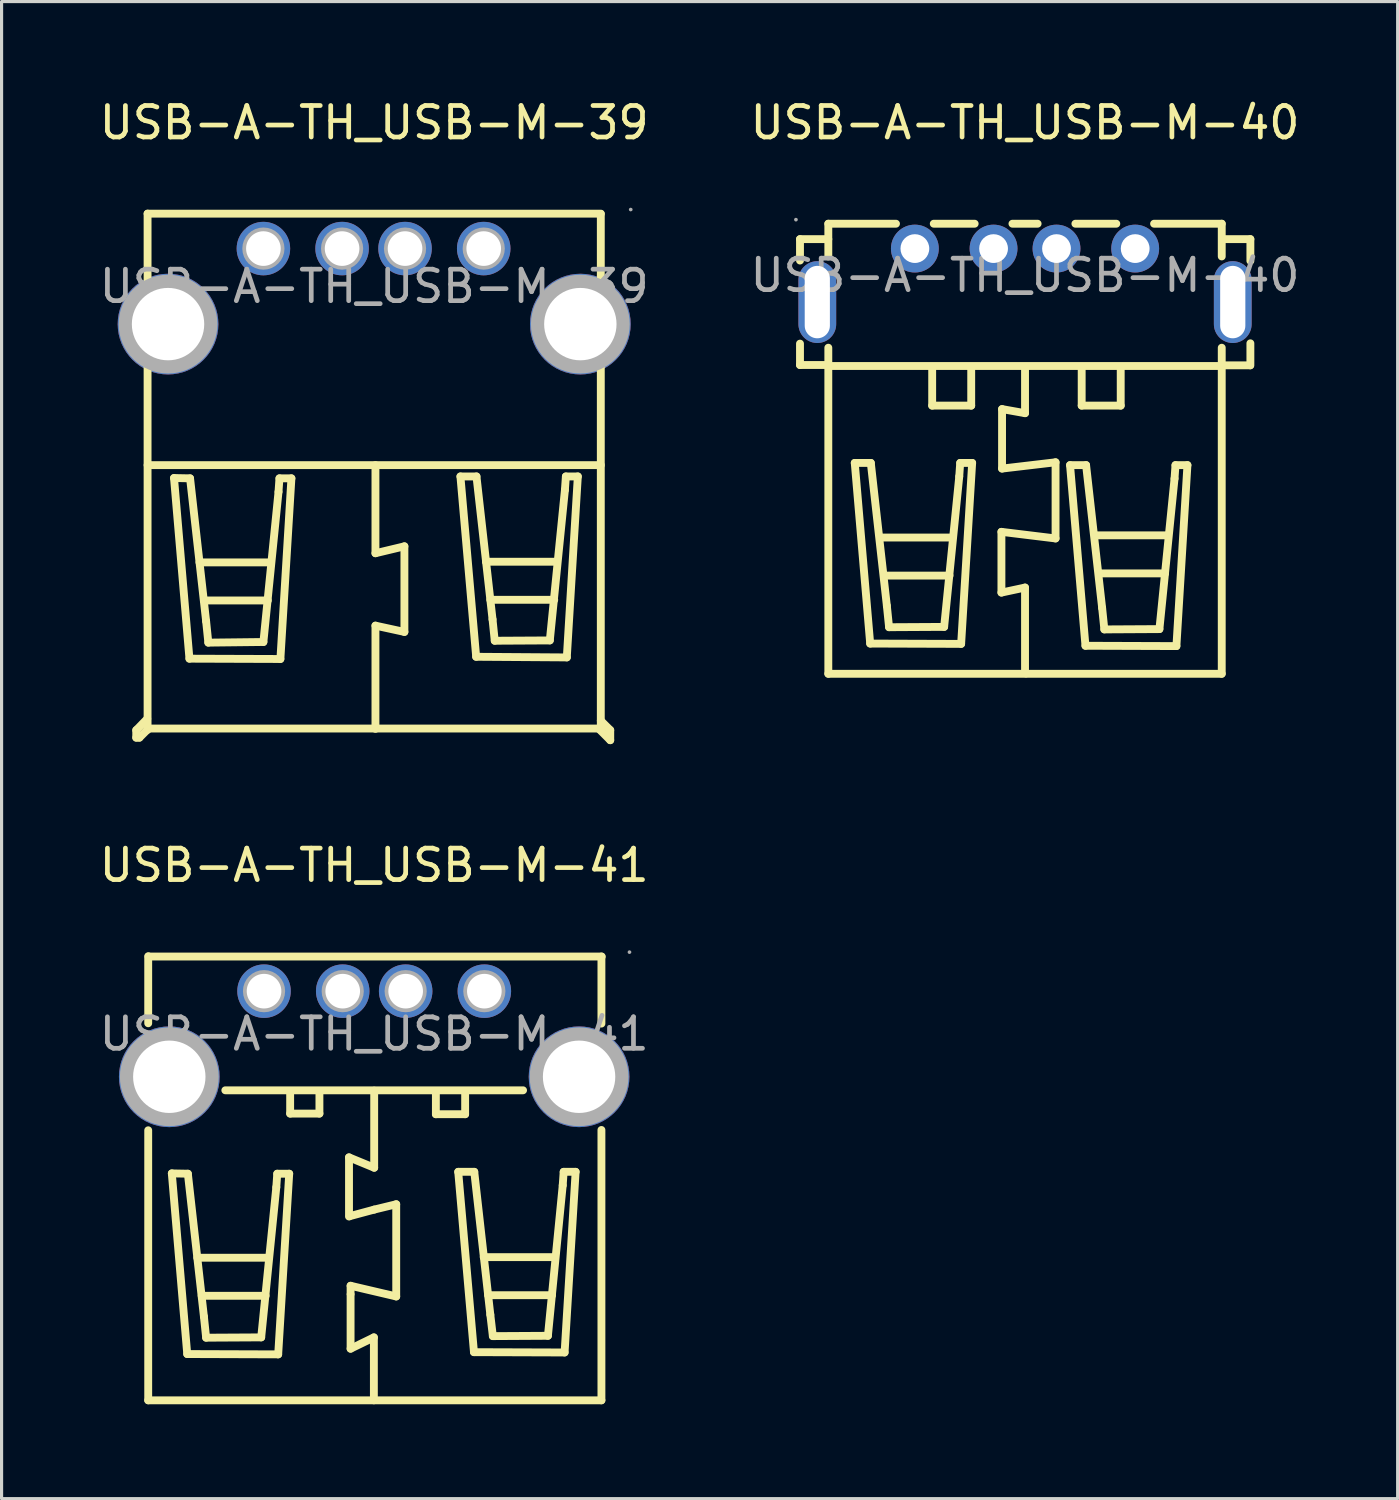
<source format=kicad_pcb>
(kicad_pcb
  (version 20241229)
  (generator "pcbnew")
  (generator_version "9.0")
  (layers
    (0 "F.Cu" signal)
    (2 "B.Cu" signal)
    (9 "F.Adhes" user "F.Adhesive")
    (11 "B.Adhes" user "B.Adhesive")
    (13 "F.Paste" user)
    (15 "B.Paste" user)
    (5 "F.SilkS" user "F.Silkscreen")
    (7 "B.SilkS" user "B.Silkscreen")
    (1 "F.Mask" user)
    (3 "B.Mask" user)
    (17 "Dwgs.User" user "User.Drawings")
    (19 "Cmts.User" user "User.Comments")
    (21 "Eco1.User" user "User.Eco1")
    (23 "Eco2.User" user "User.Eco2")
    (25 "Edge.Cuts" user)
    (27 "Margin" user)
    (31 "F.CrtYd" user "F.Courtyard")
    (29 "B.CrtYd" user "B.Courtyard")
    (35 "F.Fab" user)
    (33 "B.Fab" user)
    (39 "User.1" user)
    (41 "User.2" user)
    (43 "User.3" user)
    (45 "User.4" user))
  (footprint "USB-A-TH_USB-M-39"
    (layer "F.Cu")
    (at 8.839 6.048)
    (property "Reference" "USB-A-TH_USB-M-39" (at 0 -5.2 0) (layer "F.SilkS") (effects (font (size 1 1) (thickness 0.15))))
    (attr through_hole)
    (fp_line (start -7.56 14.1) (end -7.56 14.34) (stroke (width 0.25) (type solid)) (layer "F.SilkS"))
    (fp_line (start -7.56 14.34) (end -7.46 14.34) (stroke (width 0.25) (type solid)) (layer "F.SilkS"))
    (fp_line (start -7.46 14.34) (end -7.17 14.05) (stroke (width 0.25) (type solid)) (layer "F.SilkS"))
    (fp_line (start -7.21 13.74) (end -7.56 14.1) (stroke (width 0.25) (type solid)) (layer "F.SilkS"))
    (fp_line (start -7.2 -2.31) (end -7.2 14.09) (stroke (width 0.25) (type solid)) (layer "F.SilkS"))
    (fp_line (start -7.2 -2.31) (end 7.2 -2.31) (stroke (width 0.25) (type solid)) (layer "F.SilkS"))
    (fp_line (start -7.2 5.68) (end 7.2 5.68) (stroke (width 0.25) (type solid)) (layer "F.SilkS"))
    (fp_line (start -7.17 14.05) (end 7.13 14.05) (stroke (width 0.25) (type solid)) (layer "F.SilkS"))
    (fp_line (start -6.36 6.09) (end -5.85 6.1) (stroke (width 0.25) (type solid)) (layer "F.SilkS"))
    (fp_line (start -5.87 11.83) (end -6.36 6.09) (stroke (width 0.25) (type solid)) (layer "F.SilkS"))
    (fp_line (start -5.85 6.1) (end -5.34 10.64) (stroke (width 0.25) (type solid)) (layer "F.SilkS"))
    (fp_line (start -5.55 8.77) (end -3.29 8.77) (stroke (width 0.25) (type solid)) (layer "F.SilkS"))
    (fp_line (start -5.41 9.98) (end -3.38 9.98) (stroke (width 0.25) (type solid)) (layer "F.SilkS"))
    (fp_line (start -5.34 10.64) (end -5.27 11.32) (stroke (width 0.25) (type solid)) (layer "F.SilkS"))
    (fp_line (start -5.27 11.32) (end -3.52 11.3) (stroke (width 0.25) (type solid)) (layer "F.SilkS"))
    (fp_line (start -3.52 11.3) (end -3.04 6.53) (stroke (width 0.25) (type solid)) (layer "F.SilkS"))
    (fp_line (start -3.04 6.53) (end -3.01 6.1) (stroke (width 0.25) (type solid)) (layer "F.SilkS"))
    (fp_line (start -3.01 6.1) (end -2.63 6.1) (stroke (width 0.25) (type solid)) (layer "F.SilkS"))
    (fp_line (start -2.98 11.84) (end -5.87 11.83) (stroke (width 0.25) (type solid)) (layer "F.SilkS"))
    (fp_line (start -2.63 6.1) (end -2.98 11.84) (stroke (width 0.25) (type solid)) (layer "F.SilkS"))
    (fp_line (start 0.04 5.68) (end 0.04 8.48) (stroke (width 0.25) (type solid)) (layer "F.SilkS"))
    (fp_line (start 0.04 8.48) (end 0.96 8.26) (stroke (width 0.25) (type solid)) (layer "F.SilkS"))
    (fp_line (start 0.04 10.78) (end 0.04 14.06) (stroke (width 0.25) (type solid)) (layer "F.SilkS"))
    (fp_line (start 0.96 8.26) (end 0.96 10.98) (stroke (width 0.25) (type solid)) (layer "F.SilkS"))
    (fp_line (start 0.96 10.98) (end 0.04 10.78) (stroke (width 0.25) (type solid)) (layer "F.SilkS"))
    (fp_line (start 2.74 6.04) (end 3.25 6.04) (stroke (width 0.25) (type solid)) (layer "F.SilkS"))
    (fp_line (start 3.24 11.77) (end 2.74 6.04) (stroke (width 0.25) (type solid)) (layer "F.SilkS"))
    (fp_line (start 3.25 6.04) (end 3.76 10.58) (stroke (width 0.25) (type solid)) (layer "F.SilkS"))
    (fp_line (start 3.55 8.75) (end 5.81 8.75) (stroke (width 0.25) (type solid)) (layer "F.SilkS"))
    (fp_line (start 3.69 9.96) (end 5.72 9.96) (stroke (width 0.25) (type solid)) (layer "F.SilkS"))
    (fp_line (start 3.76 10.58) (end 3.83 11.26) (stroke (width 0.25) (type solid)) (layer "F.SilkS"))
    (fp_line (start 3.83 11.26) (end 5.58 11.25) (stroke (width 0.25) (type solid)) (layer "F.SilkS"))
    (fp_line (start 5.58 11.25) (end 6.06 6.47) (stroke (width 0.25) (type solid)) (layer "F.SilkS"))
    (fp_line (start 6.06 6.47) (end 6.09 6.04) (stroke (width 0.25) (type solid)) (layer "F.SilkS"))
    (fp_line (start 6.09 6.04) (end 6.47 6.04) (stroke (width 0.25) (type solid)) (layer "F.SilkS"))
    (fp_line (start 6.12 11.79) (end 3.24 11.77) (stroke (width 0.25) (type solid)) (layer "F.SilkS"))
    (fp_line (start 6.47 6.04) (end 6.12 11.79) (stroke (width 0.25) (type solid)) (layer "F.SilkS"))
    (fp_line (start 7.13 14.05) (end 7.5 14.42) (stroke (width 0.25) (type solid)) (layer "F.SilkS"))
    (fp_line (start 7.2 -2.3) (end 7.2 14.1) (stroke (width 0.25) (type solid)) (layer "F.SilkS"))
    (fp_line (start 7.5 14.1) (end 7.2 13.8) (stroke (width 0.25) (type solid)) (layer "F.SilkS"))
    (fp_line (start 7.5 14.42) (end 7.5 14.1) (stroke (width 0.25) (type solid)) (layer "F.SilkS"))
    (fp_circle (center -6.55 1.2) (end -6.03 1.2) (stroke (width 1.05) (type solid)) (fill no) (layer "F.Fab"))
    (fp_circle (center -3.52 -1.2) (end -3.3 -1.2) (stroke (width 0.45) (type solid)) (fill no) (layer "F.Fab"))
    (fp_circle (center -1.02 -1.2) (end -0.8 -1.2) (stroke (width 0.45) (type solid)) (fill no) (layer "F.Fab"))
    (fp_circle (center 0.98 -1.2) (end 1.2 -1.2) (stroke (width 0.45) (type solid)) (fill no) (layer "F.Fab"))
    (fp_circle (center 3.48 -1.2) (end 3.7 -1.2) (stroke (width 0.45) (type solid)) (fill no) (layer "F.Fab"))
    (fp_circle (center 6.55 1.2) (end 7.07 1.2) (stroke (width 1.05) (type solid)) (fill no) (layer "F.Fab"))
    (fp_circle (center 8.15 -2.44) (end 8.18 -2.44) (stroke (width 0.06) (type solid)) (fill no) (layer "F.Fab"))
    (fp_text user "${REFERENCE}" (at 0 0 0) (layer "F.Fab") (effects (font (size 1 1) (thickness 0.15))))
    (pad "0" thru_hole circle (at -6.55 1.2 90) (size 3.2 3.2) (drill 2.3) (layers "*.Cu" "*.Paste" "*.Mask"))
    (pad "0" thru_hole circle (at 6.55 1.2 90) (size 3.2 3.2) (drill 2.3) (layers "*.Cu" "*.Paste" "*.Mask"))
    (pad "1" thru_hole circle (at 3.48 -1.2 270) (size 1.7 1.7) (drill 1.1) (layers "*.Cu" "*.Paste" "*.Mask"))
    (pad "2" thru_hole circle (at 0.98 -1.2 270) (size 1.7 1.7) (drill 1.1) (layers "*.Cu" "*.Paste" "*.Mask"))
    (pad "3" thru_hole circle (at -1.02 -1.2 270) (size 1.7 1.7) (drill 1.1) (layers "*.Cu" "*.Paste" "*.Mask"))
    (pad "4" thru_hole circle (at -3.52 -1.2 270) (size 1.7 1.7) (drill 1.1) (layers "*.Cu" "*.Paste" "*.Mask")))
  (footprint "USB-A-TH_USB-M-41"
    (layer "F.Cu")
    (at 8.839 29.802)
    (property "Reference" "USB-A-TH_USB-M-41" (at 0 -5.36 0) (layer "F.SilkS") (effects (font (size 1 1) (thickness 0.15))))
    (attr through_hole)
    (fp_line (start -7.18 -2.47) (end -7.18 -0.34) (stroke (width 0.25) (type solid)) (layer "F.SilkS"))
    (fp_line (start -7.18 3.06) (end -7.18 11.64) (stroke (width 0.25) (type solid)) (layer "F.SilkS"))
    (fp_line (start -7.18 11.64) (end 7.22 11.64) (stroke (width 0.25) (type solid)) (layer "F.SilkS"))
    (fp_line (start -7.17 -2.46) (end 7.23 -2.46) (stroke (width 0.25) (type solid)) (layer "F.SilkS"))
    (fp_line (start -6.43 4.43) (end -5.92 4.44) (stroke (width 0.25) (type solid)) (layer "F.SilkS"))
    (fp_line (start -5.94 10.17) (end -6.43 4.43) (stroke (width 0.25) (type solid)) (layer "F.SilkS"))
    (fp_line (start -5.92 4.44) (end -5.41 8.98) (stroke (width 0.25) (type solid)) (layer "F.SilkS"))
    (fp_line (start -5.62 7.11) (end -3.36 7.11) (stroke (width 0.25) (type solid)) (layer "F.SilkS"))
    (fp_line (start -5.48 8.32) (end -3.45 8.32) (stroke (width 0.25) (type solid)) (layer "F.SilkS"))
    (fp_line (start -5.41 8.98) (end -5.34 9.65) (stroke (width 0.25) (type solid)) (layer "F.SilkS"))
    (fp_line (start -5.34 9.65) (end -3.59 9.64) (stroke (width 0.25) (type solid)) (layer "F.SilkS"))
    (fp_line (start -4.73 1.79) (end 4.73 1.79) (stroke (width 0.25) (type solid)) (layer "F.SilkS"))
    (fp_line (start -3.59 9.64) (end -3.11 4.87) (stroke (width 0.25) (type solid)) (layer "F.SilkS"))
    (fp_line (start -3.11 4.87) (end -3.08 4.44) (stroke (width 0.25) (type solid)) (layer "F.SilkS"))
    (fp_line (start -3.08 4.44) (end -2.7 4.44) (stroke (width 0.25) (type solid)) (layer "F.SilkS"))
    (fp_line (start -3.05 10.18) (end -5.94 10.17) (stroke (width 0.25) (type solid)) (layer "F.SilkS"))
    (fp_line (start -2.7 4.44) (end -3.05 10.18) (stroke (width 0.25) (type solid)) (layer "F.SilkS"))
    (fp_line (start -2.67 1.85) (end -2.67 2.53) (stroke (width 0.25) (type solid)) (layer "F.SilkS"))
    (fp_line (start -2.67 2.53) (end -1.74 2.53) (stroke (width 0.25) (type solid)) (layer "F.SilkS"))
    (fp_line (start -1.74 2.53) (end -1.74 1.86) (stroke (width 0.25) (type solid)) (layer "F.SilkS"))
    (fp_line (start -0.8 3.92) (end 0 4.25) (stroke (width 0.25) (type solid)) (layer "F.SilkS"))
    (fp_line (start -0.8 5.8) (end -0.8 3.92) (stroke (width 0.25) (type solid)) (layer "F.SilkS"))
    (fp_line (start -0.78 5.79) (end 0 5.58) (stroke (width 0.25) (type solid)) (layer "F.SilkS"))
    (fp_line (start -0.75 8) (end -0.75 8.26) (stroke (width 0.25) (type solid)) (layer "F.SilkS"))
    (fp_line (start -0.75 8.28) (end -0.75 10) (stroke (width 0.25) (type solid)) (layer "F.SilkS"))
    (fp_line (start -0.75 10) (end -0.01 9.64) (stroke (width 0.25) (type solid)) (layer "F.SilkS"))
    (fp_line (start -0.01 9.64) (end -0.01 11.64) (stroke (width 0.25) (type solid)) (layer "F.SilkS"))
    (fp_line (start 0 4.25) (end 0 1.8) (stroke (width 0.25) (type solid)) (layer "F.SilkS"))
    (fp_line (start 0 5.58) (end 0.7 5.41) (stroke (width 0.25) (type solid)) (layer "F.SilkS"))
    (fp_line (start 0.7 5.41) (end 0.7 8.34) (stroke (width 0.25) (type solid)) (layer "F.SilkS"))
    (fp_line (start 0.7 8.34) (end -0.75 8) (stroke (width 0.25) (type solid)) (layer "F.SilkS"))
    (fp_line (start 1.96 1.87) (end 1.96 2.55) (stroke (width 0.25) (type solid)) (layer "F.SilkS"))
    (fp_line (start 1.96 2.55) (end 2.89 2.55) (stroke (width 0.25) (type solid)) (layer "F.SilkS"))
    (fp_line (start 2.67 4.38) (end 3.18 4.38) (stroke (width 0.25) (type solid)) (layer "F.SilkS"))
    (fp_line (start 2.89 2.55) (end 2.89 1.88) (stroke (width 0.25) (type solid)) (layer "F.SilkS"))
    (fp_line (start 3.17 10.11) (end 2.67 4.38) (stroke (width 0.25) (type solid)) (layer "F.SilkS"))
    (fp_line (start 3.18 4.38) (end 3.69 8.92) (stroke (width 0.25) (type solid)) (layer "F.SilkS"))
    (fp_line (start 3.48 7.09) (end 5.74 7.09) (stroke (width 0.25) (type solid)) (layer "F.SilkS"))
    (fp_line (start 3.62 8.3) (end 5.65 8.3) (stroke (width 0.25) (type solid)) (layer "F.SilkS"))
    (fp_line (start 3.69 8.92) (end 3.77 9.6) (stroke (width 0.25) (type solid)) (layer "F.SilkS"))
    (fp_line (start 3.77 9.6) (end 5.52 9.59) (stroke (width 0.25) (type solid)) (layer "F.SilkS"))
    (fp_line (start 5.52 9.59) (end 5.99 4.81) (stroke (width 0.25) (type solid)) (layer "F.SilkS"))
    (fp_line (start 5.99 4.81) (end 6.02 4.38) (stroke (width 0.25) (type solid)) (layer "F.SilkS"))
    (fp_line (start 6.02 4.38) (end 6.4 4.38) (stroke (width 0.25) (type solid)) (layer "F.SilkS"))
    (fp_line (start 6.05 10.12) (end 3.17 10.11) (stroke (width 0.25) (type solid)) (layer "F.SilkS"))
    (fp_line (start 6.4 4.38) (end 6.05 10.12) (stroke (width 0.25) (type solid)) (layer "F.SilkS"))
    (fp_line (start 7.22 -0.33) (end 7.22 -2.46) (stroke (width 0.25) (type solid)) (layer "F.SilkS"))
    (fp_line (start 7.22 11.64) (end 7.22 3.05) (stroke (width 0.25) (type solid)) (layer "F.SilkS"))
    (fp_circle (center -6.51 1.36) (end -5.99 1.36) (stroke (width 1.05) (type solid)) (fill no) (layer "F.Fab"))
    (fp_circle (center -3.5 -1.36) (end -3.28 -1.36) (stroke (width 0.45) (type solid)) (fill no) (layer "F.Fab"))
    (fp_circle (center -1 -1.36) (end -0.78 -1.36) (stroke (width 0.45) (type solid)) (fill no) (layer "F.Fab"))
    (fp_circle (center 1 -1.36) (end 1.22 -1.36) (stroke (width 0.45) (type solid)) (fill no) (layer "F.Fab"))
    (fp_circle (center 3.5 -1.36) (end 3.72 -1.36) (stroke (width 0.45) (type solid)) (fill no) (layer "F.Fab"))
    (fp_circle (center 6.51 1.36) (end 7.03 1.36) (stroke (width 1.05) (type solid)) (fill no) (layer "F.Fab"))
    (fp_circle (center 8.11 -2.6) (end 8.14 -2.6) (stroke (width 0.06) (type solid)) (fill no) (layer "F.Fab"))
    (fp_text user "${REFERENCE}" (at 0 0 0) (layer "F.Fab") (effects (font (size 1 1) (thickness 0.15))))
    (pad "0" thru_hole circle (at -6.51 1.36 90) (size 3.2 3.2) (drill 2.3) (layers "*.Cu" "*.Paste" "*.Mask"))
    (pad "0" thru_hole circle (at 6.51 1.36 90) (size 3.2 3.2) (drill 2.3) (layers "*.Cu" "*.Paste" "*.Mask"))
    (pad "1" thru_hole circle (at 3.5 -1.36 270) (size 1.7 1.7) (drill 1.1) (layers "*.Cu" "*.Paste" "*.Mask"))
    (pad "2" thru_hole circle (at 1 -1.36 270) (size 1.7 1.7) (drill 1.1) (layers "*.Cu" "*.Paste" "*.Mask"))
    (pad "3" thru_hole circle (at -1 -1.36 270) (size 1.7 1.7) (drill 1.1) (layers "*.Cu" "*.Paste" "*.Mask"))
    (pad "4" thru_hole circle (at -3.5 -1.36 270) (size 1.7 1.7) (drill 1.1) (layers "*.Cu" "*.Paste" "*.Mask")))
  (footprint "USB-A-TH_USB-M-40"
    (layer "F.Cu")
    (at 29.518 5.698)
    (property "Reference" "USB-A-TH_USB-M-40" (at 0 -4.85 0) (layer "F.SilkS") (effects (font (size 1 1) (thickness 0.15))))
    (attr through_hole)
    (fp_line (start -7.15 -1.15) (end -7.15 -0.47) (stroke (width 0.25) (type solid)) (layer "F.SilkS"))
    (fp_line (start -7.15 -1.15) (end -6.25 -1.15) (stroke (width 0.25) (type solid)) (layer "F.SilkS"))
    (fp_line (start -7.15 2.17) (end -7.15 2.85) (stroke (width 0.25) (type solid)) (layer "F.SilkS"))
    (fp_line (start -6.25 -1.64) (end -4.1 -1.64) (stroke (width 0.25) (type solid)) (layer "F.SilkS"))
    (fp_line (start -6.25 -0.6) (end -6.25 -1.64) (stroke (width 0.25) (type solid)) (layer "F.SilkS"))
    (fp_line (start -6.25 2.85) (end -7.15 2.85) (stroke (width 0.25) (type solid)) (layer "F.SilkS"))
    (fp_line (start -6.25 12.66) (end -6.25 2.3) (stroke (width 0.25) (type solid)) (layer "F.SilkS"))
    (fp_line (start -6.25 12.66) (end 6.25 12.66) (stroke (width 0.25) (type solid)) (layer "F.SilkS"))
    (fp_line (start -6.22 2.88) (end 6.28 2.88) (stroke (width 0.25) (type solid)) (layer "F.SilkS"))
    (fp_line (start -5.41 5.96) (end -4.9 5.96) (stroke (width 0.25) (type solid)) (layer "F.SilkS"))
    (fp_line (start -4.92 11.7) (end -5.41 5.96) (stroke (width 0.25) (type solid)) (layer "F.SilkS"))
    (fp_line (start -4.9 5.96) (end -4.39 10.5) (stroke (width 0.25) (type solid)) (layer "F.SilkS"))
    (fp_line (start -4.57 8.33) (end -2.31 8.33) (stroke (width 0.25) (type solid)) (layer "F.SilkS"))
    (fp_line (start -4.43 9.54) (end -2.4 9.54) (stroke (width 0.25) (type solid)) (layer "F.SilkS"))
    (fp_line (start -4.39 10.5) (end -4.32 11.18) (stroke (width 0.25) (type solid)) (layer "F.SilkS"))
    (fp_line (start -4.32 11.18) (end -2.57 11.17) (stroke (width 0.25) (type solid)) (layer "F.SilkS"))
    (fp_line (start -2.95 2.93) (end -2.95 4.14) (stroke (width 0.25) (type solid)) (layer "F.SilkS"))
    (fp_line (start -2.95 4.14) (end -1.71 4.14) (stroke (width 0.25) (type solid)) (layer "F.SilkS"))
    (fp_line (start -2.9 -1.64) (end -1.6 -1.64) (stroke (width 0.25) (type solid)) (layer "F.SilkS"))
    (fp_line (start -2.57 11.17) (end -2.09 6.39) (stroke (width 0.25) (type solid)) (layer "F.SilkS"))
    (fp_line (start -2.09 6.39) (end -2.06 5.96) (stroke (width 0.25) (type solid)) (layer "F.SilkS"))
    (fp_line (start -2.06 5.96) (end -1.68 5.96) (stroke (width 0.25) (type solid)) (layer "F.SilkS"))
    (fp_line (start -2.03 11.71) (end -4.92 11.7) (stroke (width 0.25) (type solid)) (layer "F.SilkS"))
    (fp_line (start -1.71 4.14) (end -1.71 2.92) (stroke (width 0.25) (type solid)) (layer "F.SilkS"))
    (fp_line (start -1.68 5.96) (end -2.03 11.71) (stroke (width 0.25) (type solid)) (layer "F.SilkS"))
    (fp_line (start -0.75 8.15) (end -0.75 10.08) (stroke (width 0.25) (type solid)) (layer "F.SilkS"))
    (fp_line (start -0.75 10.08) (end 0 9.92) (stroke (width 0.25) (type solid)) (layer "F.SilkS"))
    (fp_line (start -0.73 4.25) (end -0.73 6.14) (stroke (width 0.25) (type solid)) (layer "F.SilkS"))
    (fp_line (start -0.73 6.14) (end 0.97 5.94) (stroke (width 0.25) (type solid)) (layer "F.SilkS"))
    (fp_line (start -0.4 -1.64) (end 0.4 -1.64) (stroke (width 0.25) (type solid)) (layer "F.SilkS"))
    (fp_line (start 0 2.93) (end 0 4.38) (stroke (width 0.25) (type solid)) (layer "F.SilkS"))
    (fp_line (start 0 4.38) (end -0.73 4.25) (stroke (width 0.25) (type solid)) (layer "F.SilkS"))
    (fp_line (start 0 9.92) (end 0 12.62) (stroke (width 0.25) (type solid)) (layer "F.SilkS"))
    (fp_line (start 0 12.62) (end 0.03 12.65) (stroke (width 0.25) (type solid)) (layer "F.SilkS"))
    (fp_line (start 0.97 5.94) (end 0.97 8.36) (stroke (width 0.25) (type solid)) (layer "F.SilkS"))
    (fp_line (start 0.97 8.36) (end -0.75 8.15) (stroke (width 0.25) (type solid)) (layer "F.SilkS"))
    (fp_line (start 1.43 6.03) (end 1.94 6.03) (stroke (width 0.25) (type solid)) (layer "F.SilkS"))
    (fp_line (start 1.6 -1.64) (end 2.9 -1.64) (stroke (width 0.25) (type solid)) (layer "F.SilkS"))
    (fp_line (start 1.8 2.93) (end 1.8 4.14) (stroke (width 0.25) (type solid)) (layer "F.SilkS"))
    (fp_line (start 1.8 4.14) (end 3.04 4.14) (stroke (width 0.25) (type solid)) (layer "F.SilkS"))
    (fp_line (start 1.92 11.77) (end 1.43 6.03) (stroke (width 0.25) (type solid)) (layer "F.SilkS"))
    (fp_line (start 1.94 6.03) (end 2.45 10.57) (stroke (width 0.25) (type solid)) (layer "F.SilkS"))
    (fp_line (start 2.28 8.26) (end 4.54 8.26) (stroke (width 0.25) (type solid)) (layer "F.SilkS"))
    (fp_line (start 2.42 9.47) (end 4.45 9.47) (stroke (width 0.25) (type solid)) (layer "F.SilkS"))
    (fp_line (start 2.45 10.57) (end 2.52 11.25) (stroke (width 0.25) (type solid)) (layer "F.SilkS"))
    (fp_line (start 2.52 11.25) (end 4.27 11.24) (stroke (width 0.25) (type solid)) (layer "F.SilkS"))
    (fp_line (start 3.04 4.14) (end 3.04 2.92) (stroke (width 0.25) (type solid)) (layer "F.SilkS"))
    (fp_line (start 4.1 -1.64) (end 6.25 -1.64) (stroke (width 0.25) (type solid)) (layer "F.SilkS"))
    (fp_line (start 4.27 11.24) (end 4.75 6.46) (stroke (width 0.25) (type solid)) (layer "F.SilkS"))
    (fp_line (start 4.75 6.46) (end 4.78 6.03) (stroke (width 0.25) (type solid)) (layer "F.SilkS"))
    (fp_line (start 4.78 6.03) (end 5.16 6.03) (stroke (width 0.25) (type solid)) (layer "F.SilkS"))
    (fp_line (start 4.81 11.78) (end 1.92 11.77) (stroke (width 0.25) (type solid)) (layer "F.SilkS"))
    (fp_line (start 5.16 6.03) (end 4.81 11.78) (stroke (width 0.25) (type solid)) (layer "F.SilkS"))
    (fp_line (start 6.25 -0.6) (end 6.25 -1.64) (stroke (width 0.25) (type solid)) (layer "F.SilkS"))
    (fp_line (start 6.25 2.86) (end 7.15 2.86) (stroke (width 0.25) (type solid)) (layer "F.SilkS"))
    (fp_line (start 6.25 12.66) (end 6.25 2.3) (stroke (width 0.25) (type solid)) (layer "F.SilkS"))
    (fp_line (start 6.26 -1.15) (end 7.16 -1.15) (stroke (width 0.25) (type solid)) (layer "F.SilkS"))
    (fp_line (start 7.16 -1.15) (end 7.16 -0.46) (stroke (width 0.25) (type solid)) (layer "F.SilkS"))
    (fp_line (start 7.16 2.16) (end 7.16 2.86) (stroke (width 0.25) (type solid)) (layer "F.SilkS"))
    (fp_circle (center -7.28 -1.77) (end -7.25 -1.77) (stroke (width 0.06) (type solid)) (fill no) (layer "F.Fab"))
    (fp_circle (center -3.5 -0.85) (end -3.32 -0.85) (stroke (width 0.36) (type solid)) (fill no) (layer "F.Fab"))
    (fp_circle (center -1 -0.85) (end -0.82 -0.85) (stroke (width 0.36) (type solid)) (fill no) (layer "F.Fab"))
    (fp_circle (center 1 -0.85) (end 1.18 -0.85) (stroke (width 0.36) (type solid)) (fill no) (layer "F.Fab"))
    (fp_circle (center 3.5 -0.85) (end 3.68 -0.85) (stroke (width 0.36) (type solid)) (fill no) (layer "F.Fab"))
    (fp_text user "${REFERENCE}" (at 0 0 0) (layer "F.Fab") (effects (font (size 1 1) (thickness 0.15))))
    (pad "1" thru_hole circle (at -3.5 -0.85) (size 1.52 1.52) (drill 0.914) (layers "*.Cu" "*.Paste" "*.Mask"))
    (pad "2" thru_hole circle (at -1 -0.85) (size 1.52 1.52) (drill 0.914) (layers "*.Cu" "*.Paste" "*.Mask"))
    (pad "3" thru_hole circle (at 1 -0.85) (size 1.52 1.52) (drill 0.914) (layers "*.Cu" "*.Paste" "*.Mask"))
    (pad "4" thru_hole circle (at 3.5 -0.85) (size 1.52 1.52) (drill 0.914) (layers "*.Cu" "*.Paste" "*.Mask"))
    (pad "5" thru_hole oval (at 6.6 0.85 90) (size 2.6 1.2) (drill oval 2.301 0.8) (layers "*.Cu" "*.Paste" "*.Mask"))
    (pad "6" thru_hole oval (at -6.6 0.85 270) (size 2.6 1.2) (drill oval 2.301 0.8) (layers "*.Cu" "*.Paste" "*.Mask")))
  (gr_rect
    (start -3 -3)
    (end 41.357 44.566)
    (stroke (width 0.1) (type default))
    (fill no)
    (layer "Edge.Cuts")))
</source>
